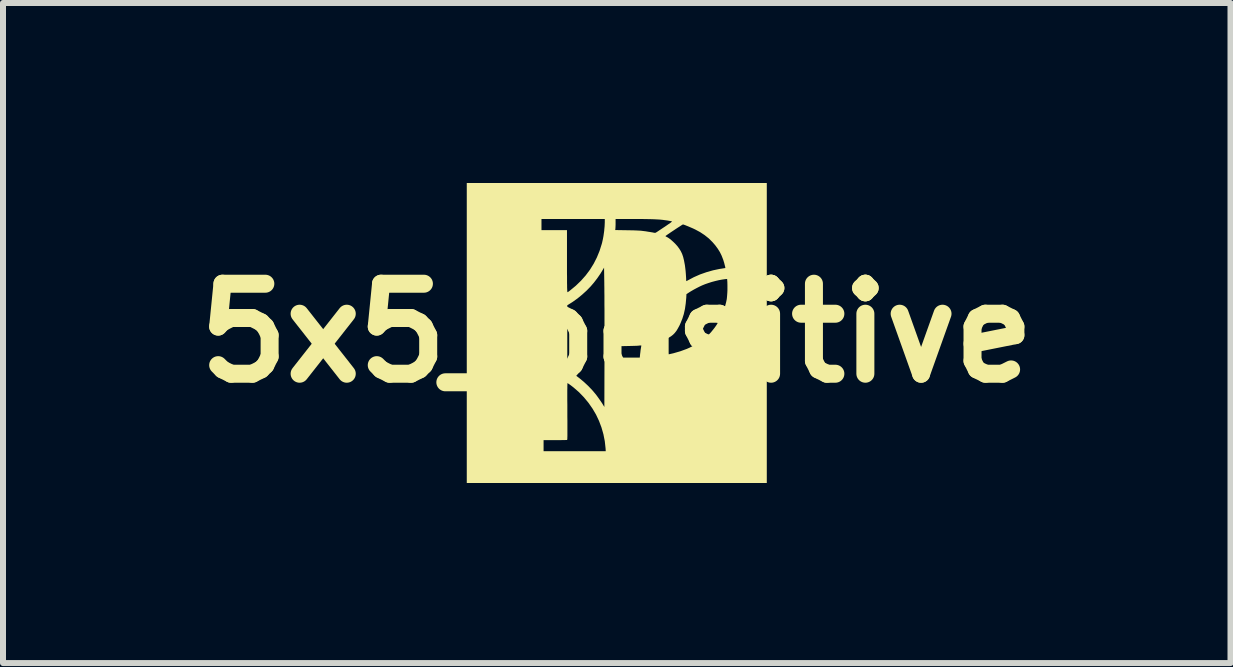
<source format=kicad_pcb>
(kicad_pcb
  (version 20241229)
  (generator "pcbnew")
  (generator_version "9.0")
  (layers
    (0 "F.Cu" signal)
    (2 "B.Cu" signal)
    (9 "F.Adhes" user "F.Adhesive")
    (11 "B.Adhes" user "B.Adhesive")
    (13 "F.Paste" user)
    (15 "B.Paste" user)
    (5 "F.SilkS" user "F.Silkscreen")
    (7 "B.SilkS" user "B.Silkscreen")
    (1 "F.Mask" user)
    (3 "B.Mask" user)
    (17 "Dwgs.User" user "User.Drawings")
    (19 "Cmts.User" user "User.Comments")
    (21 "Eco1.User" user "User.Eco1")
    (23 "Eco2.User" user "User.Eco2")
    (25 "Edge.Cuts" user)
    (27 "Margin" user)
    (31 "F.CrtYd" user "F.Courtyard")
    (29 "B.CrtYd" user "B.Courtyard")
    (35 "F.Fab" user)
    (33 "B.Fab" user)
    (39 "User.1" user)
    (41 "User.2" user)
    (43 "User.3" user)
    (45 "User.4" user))
  (footprint "5x5_positive"
    (layer "F.Cu")
    (at 7.229 2.5)
    (property "Reference" "5x5_positive" (at 0 0 0) (layer "F.SilkS") (effects (font (size 1.5 1.5) (thickness 0.3))))
    (attr board_only exclude_from_pos_files exclude_from_bom)
    (fp_poly (pts (xy 2.5 0) (xy 2.5 2.5) (xy 0 2.5) (xy -2.5 2.5) (xy -2.5 1.785) (xy -1.22 1.785) (xy -1.22 1.877) (xy -1.22 1.97) (xy -0.702 1.97) (xy -0.184 1.97) (xy -0.187 1.921) (xy -0.2 1.802) (xy -0.223 1.686) (xy -0.255 1.574) (xy -0.296 1.465) (xy -0.346 1.359) (xy -0.405 1.259) (xy -0.472 1.163) (xy -0.547 1.072) (xy -0.63 0.986) (xy -0.721 0.907) (xy -0.761 0.876) (xy -0.781 0.861) (xy -0.799 0.849) (xy -0.812 0.84) (xy -0.82 0.835) (xy -0.821 0.835) (xy -0.822 0.838) (xy -0.823 0.848) (xy -0.823 0.864) (xy -0.824 0.887) (xy -0.824 0.918) (xy -0.825 0.956) (xy -0.825 1.003) (xy -0.825 1.058) (xy -0.825 1.122) (xy -0.824 1.195) (xy -0.824 1.278) (xy -0.824 1.307) (xy -0.824 1.388) (xy -0.823 1.459) (xy -0.823 1.521) (xy -0.823 1.574) (xy -0.823 1.621) (xy -0.823 1.659) (xy -0.823 1.692) (xy -0.823 1.718) (xy -0.824 1.739) (xy -0.824 1.755) (xy -0.825 1.767) (xy -0.826 1.775) (xy -0.827 1.78) (xy -0.828 1.782) (xy -0.829 1.782) (xy -0.835 1.783) (xy -0.85 1.783) (xy -0.873 1.784) (xy -0.903 1.784) (xy -0.938 1.785) (xy -0.978 1.785) (xy -1.02 1.785) (xy -1.028 1.785) (xy -1.22 1.785) (xy -2.5 1.785) (xy -2.5 0) (xy -2.5 -0.463) (xy -0.825 -0.463) (xy -0.825 0.077) (xy -0.825 0.618) (xy -0.779 0.645) (xy -0.702 0.694) (xy -0.625 0.751) (xy -0.549 0.814) (xy -0.477 0.881) (xy -0.41 0.951) (xy -0.36 1.01) (xy -0.34 1.035) (xy -0.318 1.065) (xy -0.295 1.097) (xy -0.272 1.13) (xy -0.251 1.161) (xy -0.234 1.188) (xy -0.222 1.208) (xy -0.207 1.232) (xy -0.206 0.821) (xy -0.205 0.41) (xy 0.089 0.41) (xy 0.383 0.41) (xy 0.384 0.401) (xy 0.568 0.401) (xy 0.598 0.398) (xy 0.614 0.396) (xy 0.637 0.393) (xy 0.664 0.389) (xy 0.693 0.386) (xy 0.701 0.385) (xy 0.826 0.364) (xy 0.945 0.337) (xy 1.059 0.304) (xy 1.166 0.265) (xy 1.211 0.245) (xy 1.297 0.202) (xy 1.375 0.156) (xy 1.446 0.105) (xy 1.511 0.049) (xy 1.571 -0.014) (xy 1.628 -0.085) (xy 1.659 -0.129) (xy 1.713 -0.219) (xy 1.759 -0.313) (xy 1.795 -0.411) (xy 1.822 -0.512) (xy 1.833 -0.565) (xy 1.836 -0.593) (xy 1.839 -0.628) (xy 1.842 -0.669) (xy 1.844 -0.712) (xy 1.844 -0.755) (xy 1.844 -0.796) (xy 1.843 -0.833) (xy 1.843 -0.847) (xy 1.839 -0.901) (xy 1.806 -0.898) (xy 1.757 -0.891) (xy 1.702 -0.881) (xy 1.643 -0.867) (xy 1.583 -0.851) (xy 1.524 -0.832) (xy 1.469 -0.813) (xy 1.465 -0.811) (xy 1.425 -0.795) (xy 1.38 -0.774) (xy 1.333 -0.75) (xy 1.286 -0.725) (xy 1.243 -0.7) (xy 1.218 -0.685) (xy 1.161 -0.648) (xy 1.158 -0.59) (xy 1.149 -0.492) (xy 1.136 -0.401) (xy 1.117 -0.316) (xy 1.092 -0.237) (xy 1.061 -0.161) (xy 1.046 -0.128) (xy 1.019 -0.078) (xy 0.994 -0.036) (xy 0.967 -0.002) (xy 0.938 0.028) (xy 0.905 0.054) (xy 0.866 0.078) (xy 0.828 0.098) (xy 0.794 0.113) (xy 0.756 0.128) (xy 0.718 0.142) (xy 0.681 0.154) (xy 0.648 0.163) (xy 0.625 0.168) (xy 0.612 0.171) (xy 0.605 0.177) (xy 0.6 0.189) (xy 0.595 0.21) (xy 0.59 0.237) (xy 0.585 0.269) (xy 0.579 0.301) (xy 0.575 0.331) (xy 0.572 0.356) (xy 0.572 0.361) (xy 0.568 0.401) (xy 0.384 0.401) (xy 0.389 0.349) (xy 0.393 0.321) (xy 0.396 0.291) (xy 0.4 0.264) (xy 0.403 0.248) (xy 0.406 0.23) (xy 0.408 0.215) (xy 0.409 0.208) (xy 0.409 0.207) (xy 0.404 0.207) (xy 0.391 0.208) (xy 0.372 0.209) (xy 0.36 0.211) (xy 0.346 0.212) (xy 0.322 0.213) (xy 0.292 0.214) (xy 0.254 0.215) (xy 0.212 0.216) (xy 0.165 0.217) (xy 0.115 0.218) (xy 0.063 0.218) (xy 0.054 0.218) (xy -0.205 0.221) (xy -0.205 -0.176) (xy -0.205 -0.246) (xy -0.205 -0.32) (xy -0.205 -0.396) (xy -0.206 -0.473) (xy -0.206 -0.548) (xy -0.206 -0.62) (xy -0.207 -0.688) (xy -0.207 -0.75) (xy -0.208 -0.804) (xy -0.208 -0.831) (xy -0.212 -1.09) (xy -0.224 -1.069) (xy -0.272 -0.99) (xy -0.325 -0.913) (xy -0.381 -0.84) (xy -0.435 -0.777) (xy -0.503 -0.707) (xy -0.578 -0.639) (xy -0.656 -0.575) (xy -0.736 -0.518) (xy -0.809 -0.472) (xy -0.825 -0.463) (xy -2.5 -0.463) (xy -2.5 -1.808) (xy -1.255 -1.808) (xy -1.255 -1.715) (xy -1.042 -1.715) (xy -0.83 -1.715) (xy -0.83 -1.231) (xy -0.83 -1.143) (xy -0.83 -1.064) (xy -0.83 -0.994) (xy -0.829 -0.933) (xy -0.829 -0.88) (xy -0.829 -0.834) (xy -0.828 -0.795) (xy -0.828 -0.763) (xy -0.827 -0.737) (xy -0.826 -0.717) (xy -0.825 -0.701) (xy -0.824 -0.69) (xy -0.823 -0.684) (xy -0.821 -0.68) (xy -0.82 -0.68) (xy -0.815 -0.683) (xy -0.804 -0.69) (xy -0.789 -0.701) (xy -0.78 -0.708) (xy -0.684 -0.787) (xy -0.597 -0.871) (xy -0.518 -0.96) (xy -0.447 -1.055) (xy -0.385 -1.155) (xy -0.332 -1.259) (xy -0.287 -1.369) (xy -0.251 -1.483) (xy -0.245 -1.504) (xy -0.231 -1.567) (xy -0.222 -1.616) (xy 0.811 -1.616) (xy 0.814 -1.612) (xy 0.824 -1.605) (xy 0.831 -1.602) (xy 0.855 -1.589) (xy 0.882 -1.57) (xy 0.913 -1.545) (xy 0.944 -1.517) (xy 0.973 -1.489) (xy 1.01 -1.448) (xy 1.041 -1.406) (xy 1.067 -1.364) (xy 1.089 -1.318) (xy 1.106 -1.268) (xy 1.12 -1.211) (xy 1.132 -1.147) (xy 1.135 -1.132) (xy 1.141 -1.085) (xy 1.147 -1.035) (xy 1.151 -0.985) (xy 1.154 -0.938) (xy 1.156 -0.904) (xy 1.156 -0.886) (xy 1.158 -0.872) (xy 1.159 -0.865) (xy 1.159 -0.865) (xy 1.165 -0.867) (xy 1.176 -0.873) (xy 1.185 -0.878) (xy 1.283 -0.93) (xy 1.387 -0.976) (xy 1.495 -1.014) (xy 1.604 -1.045) (xy 1.713 -1.068) (xy 1.748 -1.073) (xy 1.771 -1.077) (xy 1.79 -1.08) (xy 1.804 -1.082) (xy 1.809 -1.083) (xy 1.809 -1.083) (xy 1.809 -1.089) (xy 1.807 -1.102) (xy 1.802 -1.121) (xy 1.796 -1.144) (xy 1.79 -1.169) (xy 1.782 -1.194) (xy 1.775 -1.218) (xy 1.771 -1.228) (xy 1.747 -1.29) (xy 1.718 -1.349) (xy 1.683 -1.405) (xy 1.641 -1.462) (xy 1.597 -1.513) (xy 1.535 -1.575) (xy 1.465 -1.631) (xy 1.388 -1.682) (xy 1.308 -1.725) (xy 1.281 -1.738) (xy 1.252 -1.751) (xy 1.221 -1.764) (xy 1.191 -1.777) (xy 1.163 -1.788) (xy 1.139 -1.798) (xy 1.119 -1.805) (xy 1.107 -1.809) (xy 1.103 -1.81) (xy 1.098 -1.807) (xy 1.085 -1.8) (xy 1.067 -1.788) (xy 1.044 -1.773) (xy 1.017 -1.756) (xy 0.988 -1.737) (xy 0.958 -1.717) (xy 0.928 -1.697) (xy 0.898 -1.677) (xy 0.872 -1.659) (xy 0.848 -1.643) (xy 0.83 -1.63) (xy 0.817 -1.621) (xy 0.811 -1.616) (xy 0.811 -1.616) (xy -0.222 -1.616) (xy -0.219 -1.637) (xy -0.209 -1.708) (xy -0.209 -1.716) (xy -0.026 -1.716) (xy 0.163 -1.713) (xy 0.224 -1.712) (xy 0.28 -1.711) (xy 0.328 -1.709) (xy 0.369 -1.707) (xy 0.402 -1.705) (xy 0.418 -1.703) (xy 0.449 -1.699) (xy 0.483 -1.695) (xy 0.517 -1.689) (xy 0.55 -1.684) (xy 0.58 -1.679) (xy 0.604 -1.675) (xy 0.62 -1.671) (xy 0.623 -1.671) (xy 0.639 -1.669) (xy 0.647 -1.672) (xy 0.654 -1.675) (xy 0.668 -1.684) (xy 0.688 -1.697) (xy 0.713 -1.714) (xy 0.742 -1.733) (xy 0.773 -1.754) (xy 0.792 -1.766) (xy 0.833 -1.794) (xy 0.866 -1.817) (xy 0.891 -1.834) (xy 0.908 -1.847) (xy 0.917 -1.856) (xy 0.92 -1.86) (xy 0.92 -1.86) (xy 0.911 -1.863) (xy 0.895 -1.866) (xy 0.872 -1.87) (xy 0.845 -1.875) (xy 0.815 -1.879) (xy 0.785 -1.883) (xy 0.772 -1.885) (xy 0.743 -1.888) (xy 0.712 -1.891) (xy 0.677 -1.893) (xy 0.639 -1.895) (xy 0.595 -1.897) (xy 0.546 -1.898) (xy 0.49 -1.899) (xy 0.427 -1.9) (xy 0.356 -1.9) (xy 0.28 -1.9) (xy -0.02 -1.9) (xy -0.02 -1.834) (xy -0.02 -1.806) (xy -0.021 -1.78) (xy -0.022 -1.758) (xy -0.023 -1.742) (xy -0.023 -1.742) (xy -0.026 -1.716) (xy -0.209 -1.716) (xy -0.203 -1.778) (xy -0.2 -1.843) (xy -0.2 -1.858) (xy -0.2 -1.9) (xy -0.728 -1.9) (xy -1.255 -1.9) (xy -1.255 -1.808) (xy -2.5 -1.808) (xy -2.5 -2.5) (xy 0 -2.5) (xy 2.5 -2.5)) (stroke (width 0) (type solid)) (fill yes) (layer "F.SilkS")))
  (gr_rect
    (start -3 -3)
    (end 17.457 8)
    (stroke (width 0.1) (type default))
    (fill no)
    (layer "Edge.Cuts")))
</source>
